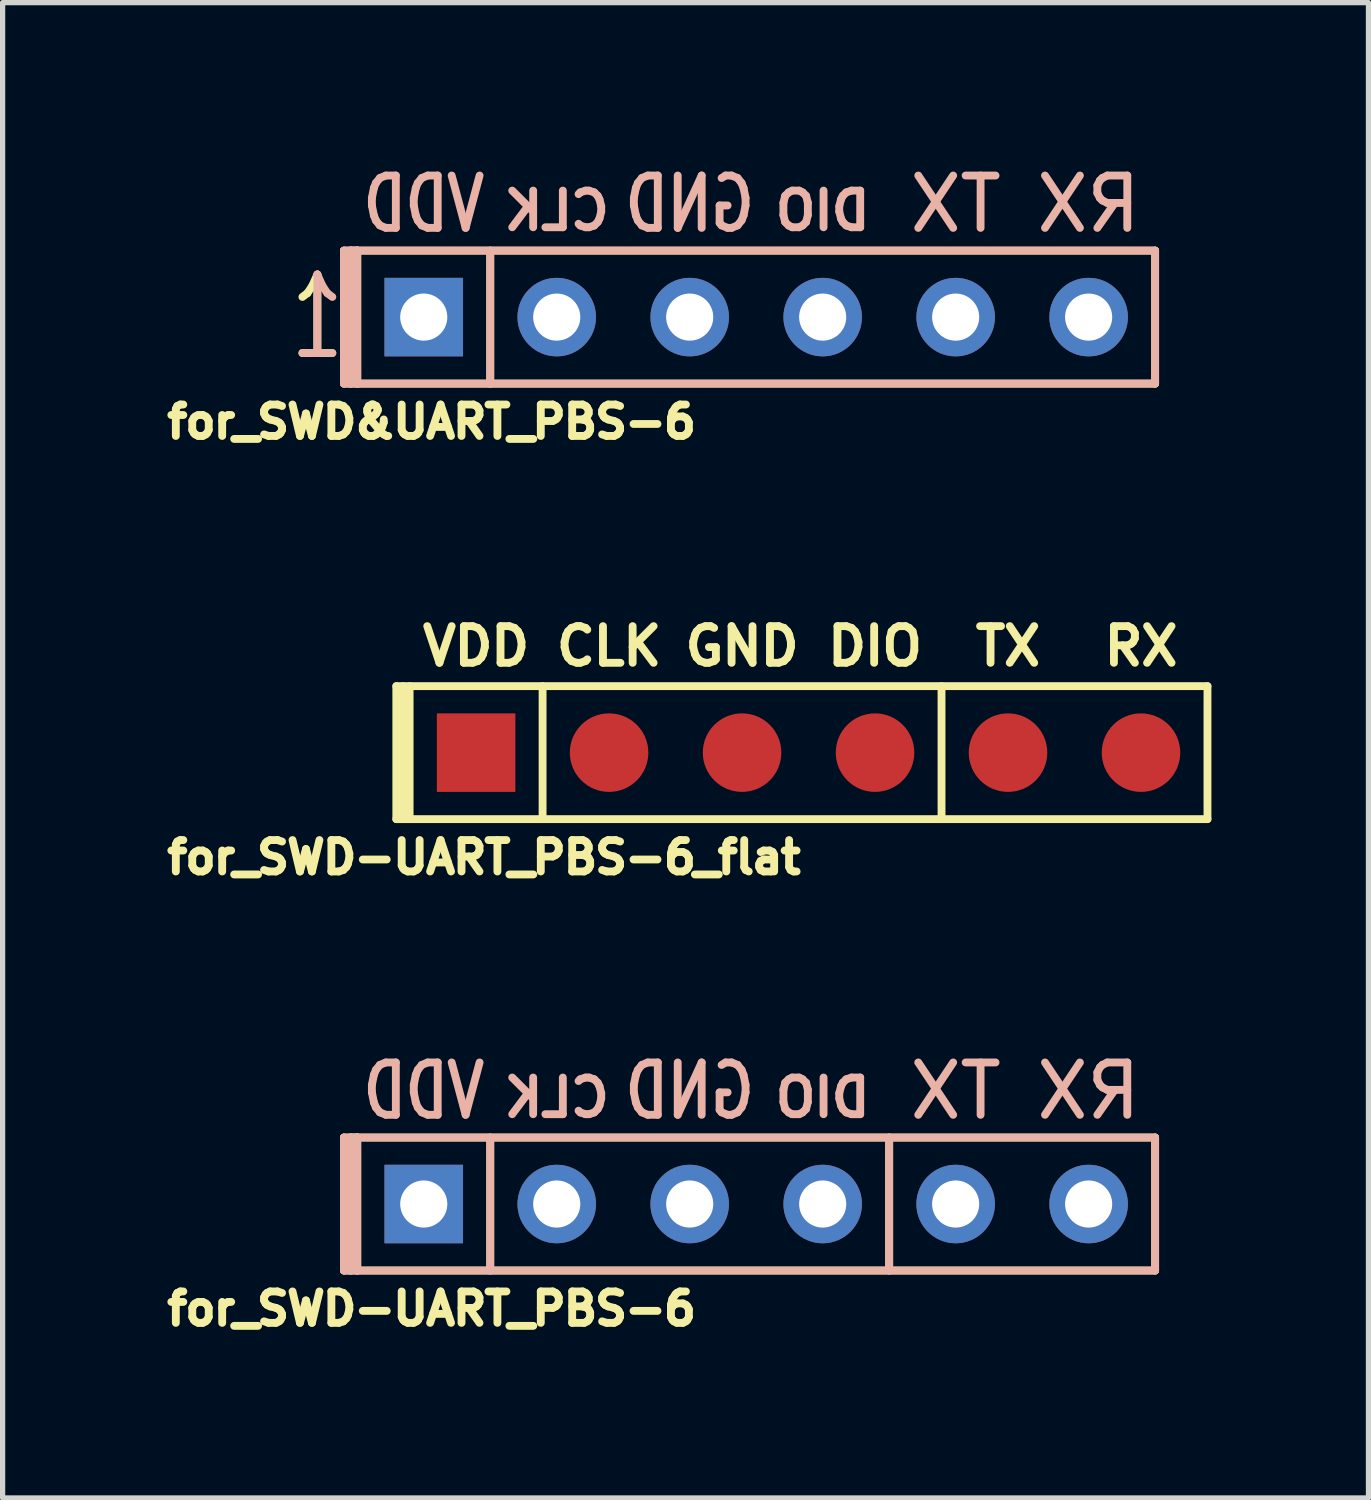
<source format=kicad_pcb>
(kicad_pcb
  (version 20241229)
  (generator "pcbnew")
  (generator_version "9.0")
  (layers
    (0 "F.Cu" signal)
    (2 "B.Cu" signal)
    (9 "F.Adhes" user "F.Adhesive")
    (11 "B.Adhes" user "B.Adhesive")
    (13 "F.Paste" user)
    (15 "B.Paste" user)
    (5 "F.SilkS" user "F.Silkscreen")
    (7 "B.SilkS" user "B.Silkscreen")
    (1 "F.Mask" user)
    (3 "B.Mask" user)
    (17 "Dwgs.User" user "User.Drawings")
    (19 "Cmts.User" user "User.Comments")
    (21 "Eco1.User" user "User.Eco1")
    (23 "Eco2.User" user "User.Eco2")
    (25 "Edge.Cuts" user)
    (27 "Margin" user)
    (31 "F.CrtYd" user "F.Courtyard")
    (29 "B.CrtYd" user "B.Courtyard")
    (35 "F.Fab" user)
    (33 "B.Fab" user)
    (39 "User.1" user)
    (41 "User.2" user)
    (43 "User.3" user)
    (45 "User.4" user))
  (footprint "for_SWD&UART_PBS-6"
    (layer "F.Cu")
    (at 11.394 3.007)
    (property "Reference" "for_SWD&UART_PBS-6" (at -6.2 2 0) (layer "F.SilkS") (effects (font (size 0.6 0.6) (thickness 0.15))))
    (attr through_hole)
    (fp_line (start -7.874 -1.27) (end -7.62 -1.27) (stroke (width 0.15) (type solid)) (layer "F.SilkS"))
    (fp_line (start -7.874 1.27) (end -7.874 -1.27) (stroke (width 0.15) (type solid)) (layer "F.SilkS"))
    (fp_line (start -7.747 -1.27) (end -7.747 1.27) (stroke (width 0.15) (type solid)) (layer "F.SilkS"))
    (fp_line (start -7.62 -1.27) (end -7.747 -1.27) (stroke (width 0.15) (type solid)) (layer "F.SilkS"))
    (fp_line (start -7.62 -1.27) (end 7.62 -1.27) (stroke (width 0.15) (type solid)) (layer "F.SilkS"))
    (fp_line (start -7.62 1.27) (end -7.874 1.27) (stroke (width 0.15) (type solid)) (layer "F.SilkS"))
    (fp_line (start -7.62 1.27) (end -7.62 -1.27) (stroke (width 0.15) (type solid)) (layer "F.SilkS"))
    (fp_line (start -7.62 1.27) (end 7.62 1.27) (stroke (width 0.15) (type solid)) (layer "F.SilkS"))
    (fp_line (start -5.08 -1.27) (end -5.08 1.27) (stroke (width 0.15) (type solid)) (layer "F.SilkS"))
    (fp_line (start 7.62 -1.27) (end 7.62 1.27) (stroke (width 0.15) (type solid)) (layer "F.SilkS"))
    (fp_line (start -7.874 -1.27) (end -7.747 -1.27) (stroke (width 0.15) (type solid)) (layer "B.SilkS"))
    (fp_line (start -7.874 1.27) (end -7.874 -1.27) (stroke (width 0.15) (type solid)) (layer "B.SilkS"))
    (fp_line (start -7.874 1.27) (end -7.747 1.27) (stroke (width 0.15) (type solid)) (layer "B.SilkS"))
    (fp_line (start -7.747 -1.27) (end -7.747 1.27) (stroke (width 0.15) (type solid)) (layer "B.SilkS"))
    (fp_line (start -7.747 -1.27) (end -7.62 -1.27) (stroke (width 0.15) (type solid)) (layer "B.SilkS"))
    (fp_line (start -7.747 1.27) (end -7.62 1.27) (stroke (width 0.15) (type solid)) (layer "B.SilkS"))
    (fp_line (start -7.62 1.27) (end -7.62 -1.27) (stroke (width 0.15) (type solid)) (layer "B.SilkS"))
    (fp_line (start -7.62 1.27) (end 7.62 1.27) (stroke (width 0.15) (type solid)) (layer "B.SilkS"))
    (fp_line (start -5.08 -1.27) (end -5.08 1.27) (stroke (width 0.15) (type solid)) (layer "B.SilkS"))
    (fp_line (start 7.62 -1.27) (end -7.62 -1.27) (stroke (width 0.15) (type solid)) (layer "B.SilkS"))
    (fp_line (start 7.62 -1.27) (end 7.62 1.27) (stroke (width 0.15) (type solid)) (layer "B.SilkS"))
    (fp_text user "1" (at -8.382 0 0) (layer "F.SilkS") (effects (font (size 1.5 1) (thickness 0.15))))
    (fp_text user "1" (at -8.382 0 0) (layer "B.SilkS") (effects (font (size 1.5 1) (thickness 0.15)) (justify mirror)))
    (fp_text user "TX" (at 3.81 -2.159 0) (layer "B.SilkS") (effects (font (size 1 1) (thickness 0.15)) (justify mirror)))
    (fp_text user "VDD" (at -6.35 -2.159 0) (layer "B.SilkS") (effects (font (size 1 0.8) (thickness 0.15)) (justify mirror)))
    (fp_text user "CLK" (at -3.81 -2.032 0) (layer "B.SilkS") (effects (font (size 0.7 0.7) (thickness 0.15)) (justify mirror)))
    (fp_text user "GND" (at -1.27 -2.159 0) (layer "B.SilkS") (effects (font (size 1 0.8) (thickness 0.15)) (justify mirror)))
    (fp_text user "DIO" (at 1.27 -2.032 0) (layer "B.SilkS") (effects (font (size 0.7 0.7) (thickness 0.15)) (justify mirror)))
    (fp_text user "RX" (at 6.35 -2.159 0) (layer "B.SilkS") (effects (font (size 1 1) (thickness 0.15)) (justify mirror)))
    (pad "1" thru_hole rect (at -6.35 0) (size 1.5 1.5) (drill 0.9) (layers "*.Cu" "*.Mask"))
    (pad "2" thru_hole circle (at -3.81 0) (size 1.5 1.5) (drill 0.9) (layers "*.Cu" "*.Mask"))
    (pad "3" thru_hole circle (at -1.27 0) (size 1.5 1.5) (drill 0.9) (layers "*.Cu" "*.Mask"))
    (pad "4" thru_hole circle (at 1.27 0) (size 1.5 1.5) (drill 0.9) (layers "*.Cu" "*.Mask"))
    (pad "5" thru_hole circle (at 3.81 0) (size 1.5 1.5) (drill 0.9) (layers "*.Cu" "*.Mask"))
    (pad "6" thru_hole circle (at 6.35 0) (size 1.5 1.5) (drill 0.9) (layers "*.Cu" "*.Mask")))
  (footprint "for_SWD-UART_PBS-6_flat"
    (layer "F.Cu")
    (at 12.394 11.326)
    (property "Reference" "for_SWD-UART_PBS-6_flat" (at -6.2 2 0) (layer "F.SilkS") (effects (font (size 0.6 0.6) (thickness 0.15))))
    (attr through_hole)
    (fp_line (start -7.874 -1.27) (end 7.62 -1.27) (stroke (width 0.15) (type solid)) (layer "F.SilkS"))
    (fp_line (start -7.874 1.27) (end -7.874 -1.27) (stroke (width 0.15) (type solid)) (layer "F.SilkS"))
    (fp_line (start -7.874 1.27) (end 7.62 1.27) (stroke (width 0.15) (type solid)) (layer "F.SilkS"))
    (fp_line (start -7.747 -1.27) (end -7.747 1.27) (stroke (width 0.15) (type solid)) (layer "F.SilkS"))
    (fp_line (start -7.62 1.27) (end -7.62 -1.27) (stroke (width 0.15) (type solid)) (layer "F.SilkS"))
    (fp_line (start -5.08 -1.27) (end -5.08 1.27) (stroke (width 0.15) (type solid)) (layer "F.SilkS"))
    (fp_line (start 2.54 -1.27) (end 2.54 1.27) (stroke (width 0.15) (type solid)) (layer "F.SilkS"))
    (fp_line (start 7.62 -1.27) (end 7.62 1.27) (stroke (width 0.15) (type solid)) (layer "F.SilkS"))
    (fp_text user "VDD" (at -6.35 -2.032 0) (layer "F.SilkS") (effects (font (size 0.7 0.7) (thickness 0.15))))
    (fp_text user "RX" (at 6.35 -2.032 0) (layer "F.SilkS") (effects (font (size 0.7 0.7) (thickness 0.15))))
    (fp_text user "TX" (at 3.81 -2.032 0) (layer "F.SilkS") (effects (font (size 0.7 0.7) (thickness 0.15))))
    (fp_text user "DIO" (at 1.27 -2.032 0) (layer "F.SilkS") (effects (font (size 0.7 0.7) (thickness 0.15))))
    (fp_text user "CLK" (at -3.81 -2.032 0) (layer "F.SilkS") (effects (font (size 0.7 0.7) (thickness 0.15))))
    (fp_text user "GND" (at -1.27 -2.032 0) (layer "F.SilkS") (effects (font (size 0.7 0.7) (thickness 0.15))))
    (pad "1" smd rect (at -6.35 0) (size 1.5 1.5) (layers "F.Cu" "F.Mask" "F.Paste"))
    (pad "2" smd circle (at -3.81 0) (size 1.5 1.5) (layers "F.Cu" "F.Mask" "F.Paste"))
    (pad "3" smd circle (at -1.27 0) (size 1.5 1.5) (layers "F.Cu" "F.Mask" "F.Paste"))
    (pad "4" smd circle (at 1.27 0) (size 1.5 1.5) (layers "F.Cu" "F.Mask" "F.Paste"))
    (pad "5" smd circle (at 3.81 0) (size 1.5 1.5) (layers "F.Cu" "F.Mask" "F.Paste"))
    (pad "6" smd circle (at 6.35 0) (size 1.5 1.5) (layers "F.Cu" "F.Mask" "F.Paste")))
  (footprint "for_SWD-UART_PBS-6"
    (layer "F.Cu")
    (at 11.394 19.948)
    (property "Reference" "for_SWD-UART_PBS-6" (at -6.2 2 0) (layer "F.SilkS") (effects (font (size 0.6 0.6) (thickness 0.15))))
    (attr through_hole)
    (fp_line (start -7.874 -1.27) (end -7.62 -1.27) (stroke (width 0.15) (type solid)) (layer "F.SilkS"))
    (fp_line (start -7.874 1.27) (end -7.874 -1.27) (stroke (width 0.15) (type solid)) (layer "F.SilkS"))
    (fp_line (start -7.747 -1.27) (end -7.747 1.27) (stroke (width 0.15) (type solid)) (layer "F.SilkS"))
    (fp_line (start -7.62 -1.27) (end -7.747 -1.27) (stroke (width 0.15) (type solid)) (layer "F.SilkS"))
    (fp_line (start -7.62 -1.27) (end 7.62 -1.27) (stroke (width 0.15) (type solid)) (layer "F.SilkS"))
    (fp_line (start -7.62 1.27) (end -7.874 1.27) (stroke (width 0.15) (type solid)) (layer "F.SilkS"))
    (fp_line (start -7.62 1.27) (end -7.62 -1.27) (stroke (width 0.15) (type solid)) (layer "F.SilkS"))
    (fp_line (start -7.62 1.27) (end 7.62 1.27) (stroke (width 0.15) (type solid)) (layer "F.SilkS"))
    (fp_line (start -5.08 -1.27) (end -5.08 1.27) (stroke (width 0.15) (type solid)) (layer "F.SilkS"))
    (fp_line (start 2.54 -1.27) (end 2.54 1.27) (stroke (width 0.15) (type solid)) (layer "F.SilkS"))
    (fp_line (start 7.62 -1.27) (end 7.62 1.27) (stroke (width 0.15) (type solid)) (layer "F.SilkS"))
    (fp_line (start -7.874 -1.27) (end -7.747 -1.27) (stroke (width 0.15) (type solid)) (layer "B.SilkS"))
    (fp_line (start -7.874 1.27) (end -7.874 -1.27) (stroke (width 0.15) (type solid)) (layer "B.SilkS"))
    (fp_line (start -7.874 1.27) (end -7.747 1.27) (stroke (width 0.15) (type solid)) (layer "B.SilkS"))
    (fp_line (start -7.747 -1.27) (end -7.747 1.27) (stroke (width 0.15) (type solid)) (layer "B.SilkS"))
    (fp_line (start -7.747 -1.27) (end -7.62 -1.27) (stroke (width 0.15) (type solid)) (layer "B.SilkS"))
    (fp_line (start -7.747 1.27) (end -7.62 1.27) (stroke (width 0.15) (type solid)) (layer "B.SilkS"))
    (fp_line (start -7.62 1.27) (end -7.62 -1.27) (stroke (width 0.15) (type solid)) (layer "B.SilkS"))
    (fp_line (start -7.62 1.27) (end 7.62 1.27) (stroke (width 0.15) (type solid)) (layer "B.SilkS"))
    (fp_line (start -5.08 -1.27) (end -5.08 1.27) (stroke (width 0.15) (type solid)) (layer "B.SilkS"))
    (fp_line (start 2.54 -1.27) (end 2.54 1.27) (stroke (width 0.15) (type solid)) (layer "B.SilkS"))
    (fp_line (start 7.62 -1.27) (end -7.62 -1.27) (stroke (width 0.15) (type solid)) (layer "B.SilkS"))
    (fp_line (start 7.62 -1.27) (end 7.62 1.27) (stroke (width 0.15) (type solid)) (layer "B.SilkS"))
    (fp_text user "CLK" (at -3.81 -2.032 0) (layer "B.SilkS") (effects (font (size 0.7 0.7) (thickness 0.15)) (justify mirror)))
    (fp_text user "VDD" (at -6.35 -2.159 0) (layer "B.SilkS") (effects (font (size 1 0.8) (thickness 0.15)) (justify mirror)))
    (fp_text user "DIO" (at 1.27 -2.032 0) (layer "B.SilkS") (effects (font (size 0.7 0.7) (thickness 0.15)) (justify mirror)))
    (fp_text user "GND" (at -1.27 -2.159 0) (layer "B.SilkS") (effects (font (size 1 0.8) (thickness 0.15)) (justify mirror)))
    (fp_text user "TX" (at 3.81 -2.159 0) (layer "B.SilkS") (effects (font (size 1 1) (thickness 0.15)) (justify mirror)))
    (fp_text user "RX" (at 6.35 -2.159 0) (layer "B.SilkS") (effects (font (size 1 1) (thickness 0.15)) (justify mirror)))
    (pad "1" thru_hole rect (at -6.35 0) (size 1.5 1.5) (drill 0.9) (layers "*.Cu" "*.Mask"))
    (pad "2" thru_hole circle (at -3.81 0) (size 1.5 1.5) (drill 0.9) (layers "*.Cu" "*.Mask"))
    (pad "3" thru_hole circle (at -1.27 0) (size 1.5 1.5) (drill 0.9) (layers "*.Cu" "*.Mask"))
    (pad "4" thru_hole circle (at 1.27 0) (size 1.5 1.5) (drill 0.9) (layers "*.Cu" "*.Mask"))
    (pad "5" thru_hole circle (at 3.81 0) (size 1.5 1.5) (drill 0.9) (layers "*.Cu" "*.Mask"))
    (pad "6" thru_hole circle (at 6.35 0) (size 1.5 1.5) (drill 0.9) (layers "*.Cu" "*.Mask")))
  (gr_rect
    (start -3 -3)
    (end 23.089 25.562)
    (stroke (width 0.1) (type default))
    (fill no)
    (layer "Edge.Cuts")))
</source>
